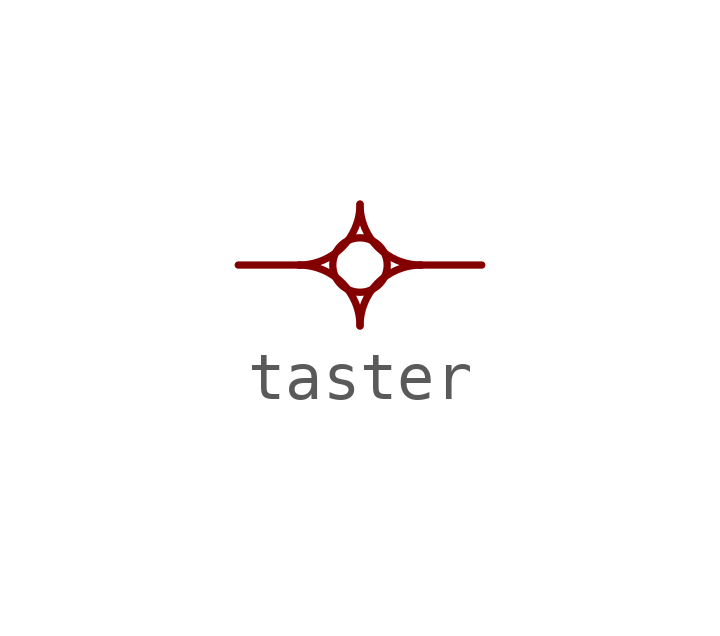
<source format=kicad_sym>
(kicad_symbol_lib
  (version 20211014)
  (generator kicad_symbol_editor)
  (symbol "taster"
    (pin_numbers hide)
    (pin_names
      (offset 0) hide)
    (property "Reference" "U"
      (at -1.27 1.27 0)
      (effects (font (size 1.27 1.27)) hide))
    (symbol "taster_0_0"
      (arc (start 1.27 0) (mid 3.438 -0.898) (end 2.54 1.27) (stroke (width 0) (type default) (color 0 0 0 0)) (fill (type none)))
      (arc (start 2.54 -1.27) (mid 3.438 0.898) (end 1.27 0) (stroke (width 0) (type default) (color 0 0 0 0)) (fill (type none)))
      (circle (center 2.54 0) (radius 0.568) (stroke (width 0) (type default) (color 0 0 0 0)) (fill (type none)))
      (arc (start 2.54 1.27) (mid 1.642 -0.898) (end 3.81 0) (stroke (width 0) (type default) (color 0 0 0 0)) (fill (type none)))
      (arc (start 3.81 0) (mid 1.642 0.898) (end 2.54 -1.27) (stroke (width 0) (type default) (color 0 0 0 0)) (fill (type none))))
    (symbol "taster_1_1"
      (pin passive line (at 0 0 0) (length 1.27) (name "2" (effects (font (size 1.27 1.27)))) (number "2" (effects (font (size 1.27 1.27)))))
      (pin passive line (at 5.08 0 180) (length 1.27) (name "2" (effects (font (size 1.27 1.27)))) (number "2" (effects (font (size 1.27 1.27))))))))
</source>
